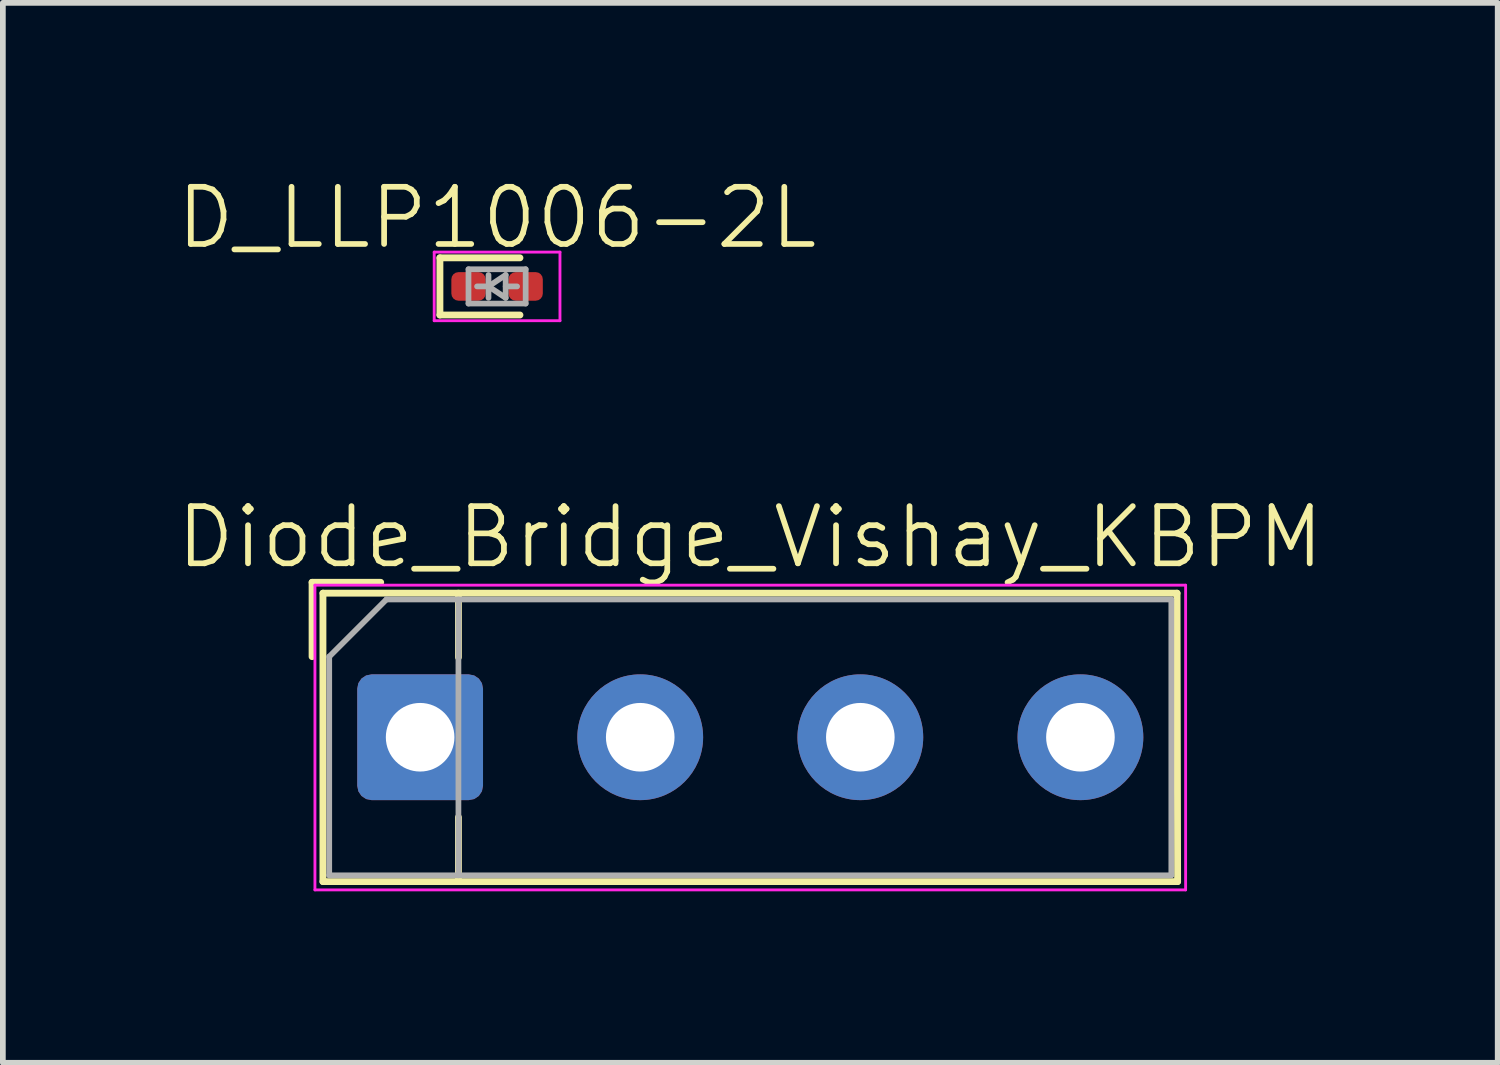
<source format=kicad_pcb>
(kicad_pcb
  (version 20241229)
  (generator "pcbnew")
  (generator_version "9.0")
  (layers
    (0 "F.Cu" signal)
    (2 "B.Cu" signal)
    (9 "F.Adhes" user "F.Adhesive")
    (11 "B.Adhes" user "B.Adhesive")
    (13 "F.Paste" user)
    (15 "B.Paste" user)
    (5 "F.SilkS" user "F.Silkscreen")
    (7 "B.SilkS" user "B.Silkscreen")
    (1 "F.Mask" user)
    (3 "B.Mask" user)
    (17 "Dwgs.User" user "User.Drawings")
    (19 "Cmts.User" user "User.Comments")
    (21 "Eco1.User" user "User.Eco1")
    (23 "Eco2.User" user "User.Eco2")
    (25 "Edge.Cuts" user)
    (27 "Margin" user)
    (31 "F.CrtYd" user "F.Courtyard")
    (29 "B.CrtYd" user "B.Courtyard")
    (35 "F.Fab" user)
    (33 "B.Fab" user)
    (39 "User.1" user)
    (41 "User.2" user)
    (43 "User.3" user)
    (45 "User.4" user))
  (footprint "D_LLP1006-2L"
    (layer "F.Cu")
    (at 5.645 1.96)
    (property "Reference" "D_LLP1006-2L" (at 0 -1.2 0) (layer "F.SilkS") (effects (font (size 1 1) (thickness 0.1))))
    (attr smd)
    (fp_line (start -1 -0.5) (end -1 0.5) (stroke (width 0.12) (type solid)) (layer "F.SilkS"))
    (fp_line (start -1 -0.5) (end 0.4 -0.5) (stroke (width 0.12) (type solid)) (layer "F.SilkS"))
    (fp_line (start -1 0.5) (end 0.4 0.5) (stroke (width 0.12) (type solid)) (layer "F.SilkS"))
    (fp_line (start -1.1 -0.6) (end 1.1 -0.6) (stroke (width 0.05) (type solid)) (layer "F.CrtYd"))
    (fp_line (start -1.1 0.6) (end -1.1 -0.6) (stroke (width 0.05) (type solid)) (layer "F.CrtYd"))
    (fp_line (start 1.1 -0.6) (end 1.1 0.6) (stroke (width 0.05) (type solid)) (layer "F.CrtYd"))
    (fp_line (start 1.1 0.6) (end -1.1 0.6) (stroke (width 0.05) (type solid)) (layer "F.CrtYd"))
    (fp_line (start -0.5 0.3) (end -0.5 -0.3) (stroke (width 0.1) (type solid)) (layer "F.Fab"))
    (fp_line (start -0.15 -0.2) (end -0.15 0.2) (stroke (width 0.1) (type solid)) (layer "F.Fab"))
    (fp_line (start -0.15 0) (end -0.35 0) (stroke (width 0.1) (type solid)) (layer "F.Fab"))
    (fp_line (start -0.15 0) (end 0.15 -0.2) (stroke (width 0.1) (type solid)) (layer "F.Fab"))
    (fp_line (start -0.15 0) (end 0.15 0.2) (stroke (width 0.1) (type solid)) (layer "F.Fab"))
    (fp_line (start 0.15 0) (end 0.35 0) (stroke (width 0.1) (type solid)) (layer "F.Fab"))
    (fp_line (start 0.15 0.2) (end 0.15 -0.2) (stroke (width 0.1) (type solid)) (layer "F.Fab"))
    (fp_line (start 0.5 -0.3) (end -0.5 -0.3) (stroke (width 0.1) (type solid)) (layer "F.Fab"))
    (fp_line (start 0.5 -0.3) (end 0.5 0.3) (stroke (width 0.1) (type solid)) (layer "F.Fab"))
    (fp_line (start 0.5 0.3) (end -0.5 0.3) (stroke (width 0.1) (type solid)) (layer "F.Fab"))
    (pad "1" smd roundrect (at -0.5 0) (size 0.6 0.5) (layers "F.Cu" "F.Mask" "F.Paste") (roundrect_rratio 0.25))
    (pad "2" smd roundrect (at 0.5 0) (size 0.6 0.5) (layers "F.Cu" "F.Mask" "F.Paste") (roundrect_rratio 0.25)))
  (footprint "Diode_Bridge_Vishay_KBPM"
    (layer "F.Cu")
    (at 10.074 9.846)
    (property "Reference" "Diode_Bridge_Vishay_KBPM" (at 0 -3.5 0) (layer "F.SilkS") (effects (font (size 1 1) (thickness 0.1))))
    (attr through_hole)
    (fp_line (start -7.665 -2.71) (end -6.465 -2.71) (stroke (width 0.12) (type solid)) (layer "F.SilkS"))
    (fp_line (start -7.665 -1.41) (end -7.665 -2.71) (stroke (width 0.12) (type solid)) (layer "F.SilkS"))
    (fp_line (start -7.475 -2.52) (end -7.475 2.525) (stroke (width 0.12) (type solid)) (layer "F.SilkS"))
    (fp_line (start -7.475 2.525) (end 7.475 2.525) (stroke (width 0.12) (type solid)) (layer "F.SilkS"))
    (fp_line (start -5.105 -1.4) (end -5.105 -2.52) (stroke (width 0.12) (type solid)) (layer "F.SilkS"))
    (fp_line (start -5.105 1.4) (end -5.105 2.525) (stroke (width 0.12) (type solid)) (layer "F.SilkS"))
    (fp_line (start 7.465 -2.52) (end -7.475 -2.52) (stroke (width 0.12) (type solid)) (layer "F.SilkS"))
    (fp_line (start 7.475 2.525) (end 7.465 -2.52) (stroke (width 0.12) (type solid)) (layer "F.SilkS"))
    (fp_line (start -7.615 -2.66) (end -7.615 2.67) (stroke (width 0.05) (type solid)) (layer "F.CrtYd"))
    (fp_line (start -7.615 -2.66) (end 7.615 -2.66) (stroke (width 0.05) (type solid)) (layer "F.CrtYd"))
    (fp_line (start 7.615 2.67) (end -7.615 2.67) (stroke (width 0.05) (type solid)) (layer "F.CrtYd"))
    (fp_line (start 7.615 2.67) (end 7.615 -2.66) (stroke (width 0.05) (type solid)) (layer "F.CrtYd"))
    (fp_line (start -7.365 -1.41) (end -7.365 2.415) (stroke (width 0.1) (type solid)) (layer "F.Fab"))
    (fp_line (start -7.365 2.415) (end 7.365 2.415) (stroke (width 0.1) (type solid)) (layer "F.Fab"))
    (fp_line (start -6.365 -2.41) (end -7.365 -1.41) (stroke (width 0.1) (type solid)) (layer "F.Fab"))
    (fp_line (start -5.105 -2.41) (end -5.105 2.415) (stroke (width 0.1) (type solid)) (layer "F.Fab"))
    (fp_line (start 7.365 -2.41) (end -6.365 -2.41) (stroke (width 0.1) (type solid)) (layer "F.Fab"))
    (fp_line (start 7.365 2.415) (end 7.365 -2.41) (stroke (width 0.1) (type solid)) (layer "F.Fab"))
    (pad "1" thru_hole roundrect (at -5.775 0) (size 2.2 2.2) (drill 1.2) (layers "*.Cu" "*.Mask") (roundrect_rratio 0.114))
    (pad "2" thru_hole circle (at -1.925 0) (size 2.2 2.2) (drill 1.2) (layers "*.Cu" "*.Mask"))
    (pad "3" thru_hole circle (at 1.925 0) (size 2.2 2.2) (drill 1.2) (layers "*.Cu" "*.Mask"))
    (pad "4" thru_hole circle (at 5.775 0) (size 2.2 2.2) (drill 1.2) (layers "*.Cu" "*.Mask")))
  (gr_rect
    (start -3 -3)
    (end 23.148 15.541)
    (stroke (width 0.1) (type default))
    (fill no)
    (layer "Edge.Cuts")))
</source>
